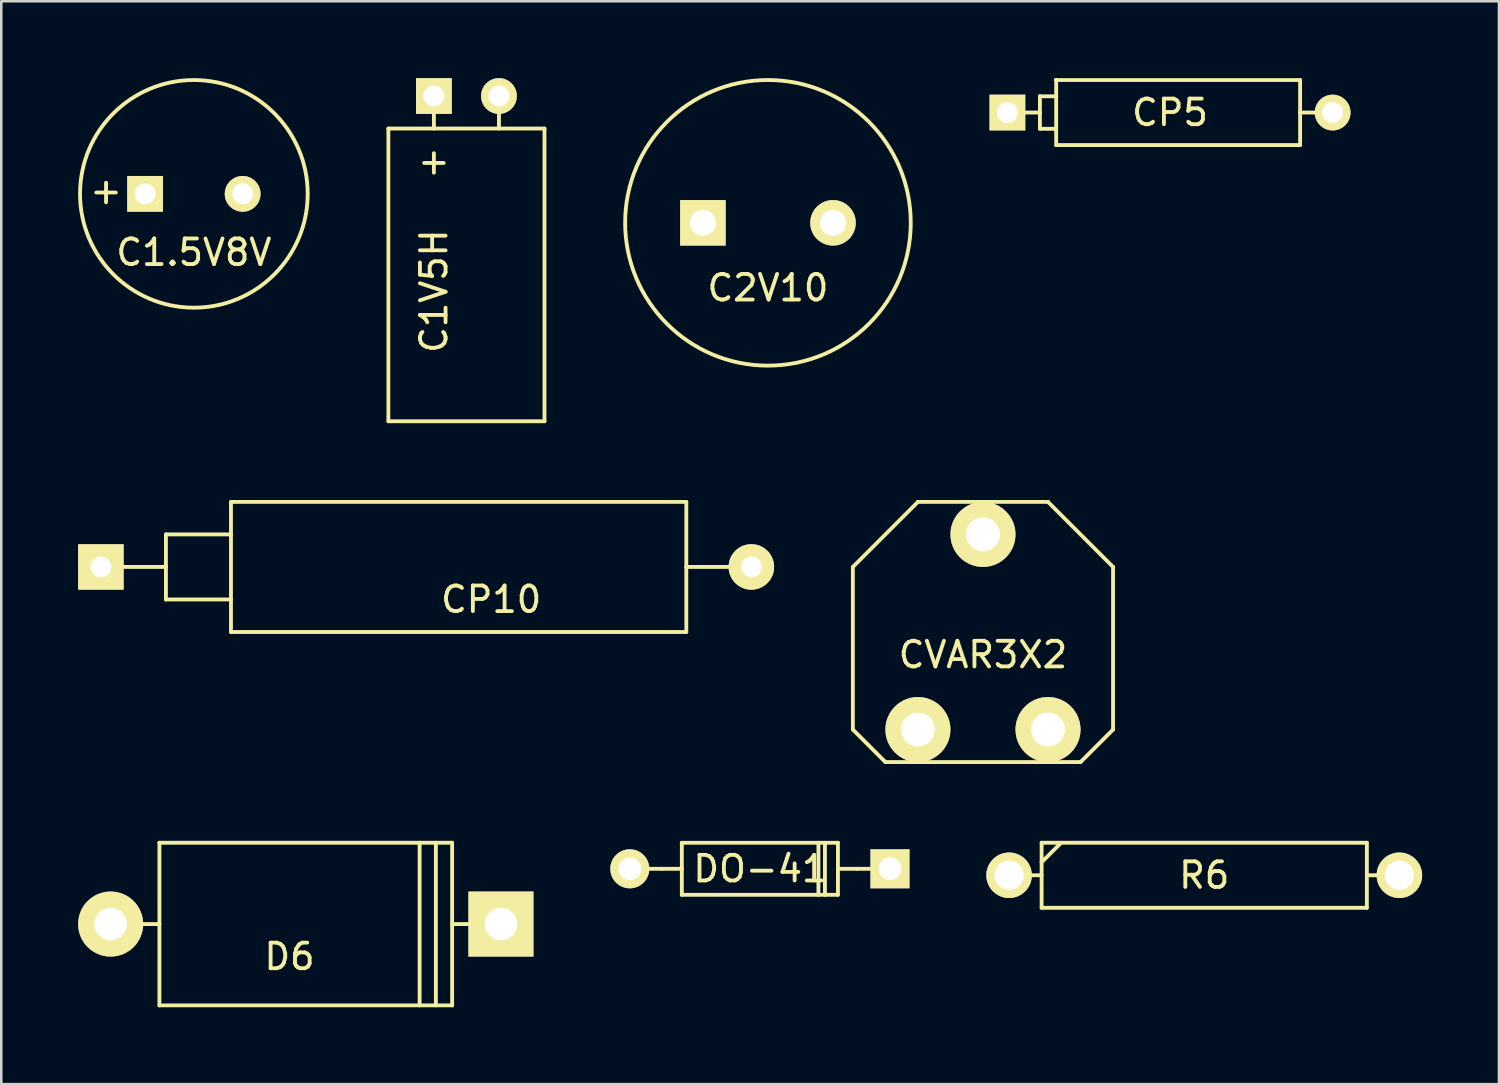
<source format=kicad_pcb>
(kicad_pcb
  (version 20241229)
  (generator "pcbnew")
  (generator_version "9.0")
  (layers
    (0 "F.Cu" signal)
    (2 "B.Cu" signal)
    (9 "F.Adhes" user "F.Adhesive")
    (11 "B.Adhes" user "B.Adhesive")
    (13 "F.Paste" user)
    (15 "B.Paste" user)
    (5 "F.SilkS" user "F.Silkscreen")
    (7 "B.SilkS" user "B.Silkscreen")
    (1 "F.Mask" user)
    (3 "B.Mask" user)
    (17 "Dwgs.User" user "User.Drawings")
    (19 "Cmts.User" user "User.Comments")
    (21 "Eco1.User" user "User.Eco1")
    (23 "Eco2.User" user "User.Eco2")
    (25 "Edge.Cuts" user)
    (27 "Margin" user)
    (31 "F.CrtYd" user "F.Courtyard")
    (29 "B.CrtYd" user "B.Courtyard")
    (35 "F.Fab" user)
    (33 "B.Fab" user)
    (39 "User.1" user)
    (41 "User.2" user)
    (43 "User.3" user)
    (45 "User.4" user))
  (footprint "DO-41"
    (layer "F.Cu")
    (at 26.622 30.875)
    (property "Reference" "DO-41" (at 0 0 0) (layer "F.SilkS") (effects (font (size 1 1) (thickness 0.15))))
    (attr through_hole)
    (fp_line (start -3.81 0) (end -5.08 0) (stroke (width 0.15) (type solid)) (layer "F.SilkS"))
    (fp_line (start -3.048 -1.016) (end -3.048 0) (stroke (width 0.15) (type solid)) (layer "F.SilkS"))
    (fp_line (start -3.048 0) (end -3.81 0) (stroke (width 0.15) (type solid)) (layer "F.SilkS"))
    (fp_line (start -3.048 0) (end -3.048 1.016) (stroke (width 0.15) (type solid)) (layer "F.SilkS"))
    (fp_line (start -3.048 1.016) (end 3.048 1.016) (stroke (width 0.15) (type solid)) (layer "F.SilkS"))
    (fp_line (start 2.286 1.016) (end 2.286 -1.016) (stroke (width 0.15) (type solid)) (layer "F.SilkS"))
    (fp_line (start 2.54 -1.016) (end 2.54 1.016) (stroke (width 0.15) (type solid)) (layer "F.SilkS"))
    (fp_line (start 3.048 -1.016) (end -3.048 -1.016) (stroke (width 0.15) (type solid)) (layer "F.SilkS"))
    (fp_line (start 3.048 0) (end 3.048 -1.016) (stroke (width 0.15) (type solid)) (layer "F.SilkS"))
    (fp_line (start 3.048 1.016) (end 3.048 0) (stroke (width 0.15) (type solid)) (layer "F.SilkS"))
    (fp_line (start 3.81 0) (end 3.048 0) (stroke (width 0.15) (type solid)) (layer "F.SilkS"))
    (fp_line (start 3.81 0) (end 5.08 0) (stroke (width 0.15) (type solid)) (layer "F.SilkS"))
    (pad "1" thru_hole rect (at 5.08 0) (size 1.524 1.524) (drill 0.889) (layers "*.Cu" "*.Mask" "F.SilkS"))
    (pad "2" thru_hole circle (at -5.08 0) (size 1.524 1.524) (drill 0.889) (layers "*.Cu" "*.Mask" "F.SilkS")))
  (footprint "CVAR3X2"
    (layer "F.Cu")
    (at 35.333 21.628)
    (property "Reference" "CVAR3X2" (at 0 0.889 0) (layer "F.SilkS") (effects (font (size 1 1) (thickness 0.15))))
    (attr through_hole)
    (fp_line (start -5.08 -2.54) (end -5.08 3.81) (stroke (width 0.15) (type solid)) (layer "F.SilkS"))
    (fp_line (start -5.08 3.81) (end -3.81 5.08) (stroke (width 0.15) (type solid)) (layer "F.SilkS"))
    (fp_line (start -3.81 5.08) (end 3.81 5.08) (stroke (width 0.15) (type solid)) (layer "F.SilkS"))
    (fp_line (start -2.54 -5.08) (end -5.08 -2.54) (stroke (width 0.15) (type solid)) (layer "F.SilkS"))
    (fp_line (start 2.54 -5.08) (end -2.54 -5.08) (stroke (width 0.15) (type solid)) (layer "F.SilkS"))
    (fp_line (start 3.81 5.08) (end 5.08 3.81) (stroke (width 0.15) (type solid)) (layer "F.SilkS"))
    (fp_line (start 5.08 -2.54) (end 2.54 -5.08) (stroke (width 0.15) (type solid)) (layer "F.SilkS"))
    (fp_line (start 5.08 3.81) (end 5.08 -2.54) (stroke (width 0.15) (type solid)) (layer "F.SilkS"))
    (pad "1" thru_hole circle (at 0 -3.81) (size 2.54 2.54) (drill 1.321) (layers "*.Cu" "*.Mask" "F.SilkS"))
    (pad "2" thru_hole circle (at 2.54 3.81) (size 2.54 2.54) (drill 1.321) (layers "*.Cu" "*.Mask" "F.SilkS"))
    (pad "3" thru_hole circle (at -2.54 3.81) (size 2.54 2.54) (drill 1.321) (layers "*.Cu" "*.Mask" "F.SilkS")))
  (footprint "CP10"
    (layer "F.Cu")
    (at 13.589 19.088)
    (property "Reference" "CP10" (at 2.54 1.27 0) (layer "F.SilkS") (effects (font (size 1 1) (thickness 0.15))))
    (attr through_hole)
    (fp_line (start -12.7 0) (end -10.16 0) (stroke (width 0.15) (type solid)) (layer "F.SilkS"))
    (fp_line (start -10.16 -1.27) (end -10.16 1.27) (stroke (width 0.15) (type solid)) (layer "F.SilkS"))
    (fp_line (start -10.16 1.27) (end -7.62 1.27) (stroke (width 0.15) (type solid)) (layer "F.SilkS"))
    (fp_line (start -7.62 -2.54) (end 10.16 -2.54) (stroke (width 0.15) (type solid)) (layer "F.SilkS"))
    (fp_line (start -7.62 -1.27) (end -10.16 -1.27) (stroke (width 0.15) (type solid)) (layer "F.SilkS"))
    (fp_line (start -7.62 2.54) (end -7.62 -2.54) (stroke (width 0.15) (type solid)) (layer "F.SilkS"))
    (fp_line (start 10.16 -2.54) (end 10.16 0) (stroke (width 0.15) (type solid)) (layer "F.SilkS"))
    (fp_line (start 10.16 0) (end 10.16 2.54) (stroke (width 0.15) (type solid)) (layer "F.SilkS"))
    (fp_line (start 10.16 2.54) (end -7.62 2.54) (stroke (width 0.15) (type solid)) (layer "F.SilkS"))
    (fp_line (start 12.7 0) (end 10.16 0) (stroke (width 0.15) (type solid)) (layer "F.SilkS"))
    (pad "1" thru_hole rect (at -12.7 0) (size 1.778 1.778) (drill 0.813) (layers "*.Cu" "*.Mask" "F.SilkS"))
    (pad "2" thru_hole circle (at 12.7 0) (size 1.778 1.778) (drill 0.813) (layers "*.Cu" "*.Mask" "F.SilkS")))
  (footprint "CP5"
    (layer "F.Cu")
    (at 42.637 1.345)
    (property "Reference" "CP5" (at 0 0 0) (layer "F.SilkS") (effects (font (size 1 1) (thickness 0.15))))
    (attr through_hole)
    (fp_line (start -6.35 0) (end -6.35 0) (stroke (width 0.15) (type solid)) (layer "F.SilkS"))
    (fp_line (start -6.35 0) (end -5.08 0) (stroke (width 0.15) (type solid)) (layer "F.SilkS"))
    (fp_line (start -5.08 -0.635) (end -5.08 0.635) (stroke (width 0.15) (type solid)) (layer "F.SilkS"))
    (fp_line (start -5.08 0) (end -5.08 0) (stroke (width 0.15) (type solid)) (layer "F.SilkS"))
    (fp_line (start -5.08 0) (end -5.08 0) (stroke (width 0.15) (type solid)) (layer "F.SilkS"))
    (fp_line (start -5.08 0.635) (end -4.445 0.635) (stroke (width 0.15) (type solid)) (layer "F.SilkS"))
    (fp_line (start -4.445 -1.27) (end -4.445 -1.27) (stroke (width 0.15) (type solid)) (layer "F.SilkS"))
    (fp_line (start -4.445 -1.27) (end -4.445 -1.27) (stroke (width 0.15) (type solid)) (layer "F.SilkS"))
    (fp_line (start -4.445 -1.27) (end -4.445 -1.27) (stroke (width 0.15) (type solid)) (layer "F.SilkS"))
    (fp_line (start -4.445 -1.27) (end 5.08 -1.27) (stroke (width 0.15) (type solid)) (layer "F.SilkS"))
    (fp_line (start -4.445 -0.635) (end -5.08 -0.635) (stroke (width 0.15) (type solid)) (layer "F.SilkS"))
    (fp_line (start -4.445 -0.635) (end -4.445 -0.635) (stroke (width 0.15) (type solid)) (layer "F.SilkS"))
    (fp_line (start -4.445 1.27) (end -4.445 -1.27) (stroke (width 0.15) (type solid)) (layer "F.SilkS"))
    (fp_line (start 5.08 -1.27) (end 5.08 1.27) (stroke (width 0.15) (type solid)) (layer "F.SilkS"))
    (fp_line (start 5.08 0) (end 5.08 0) (stroke (width 0.15) (type solid)) (layer "F.SilkS"))
    (fp_line (start 5.08 0) (end 5.08 0) (stroke (width 0.15) (type solid)) (layer "F.SilkS"))
    (fp_line (start 5.08 0) (end 6.35 0) (stroke (width 0.15) (type solid)) (layer "F.SilkS"))
    (fp_line (start 5.08 1.27) (end -4.445 1.27) (stroke (width 0.15) (type solid)) (layer "F.SilkS"))
    (fp_line (start 6.35 0) (end 6.35 0) (stroke (width 0.15) (type solid)) (layer "F.SilkS"))
    (fp_line (start 6.35 0) (end 6.35 0) (stroke (width 0.15) (type solid)) (layer "F.SilkS"))
    (fp_line (start 6.35 0) (end 6.35 0) (stroke (width 0.15) (type solid)) (layer "F.SilkS"))
    (pad "1" thru_hole rect (at -6.35 0) (size 1.397 1.397) (drill 0.813) (layers "*.Cu" "*.Mask" "F.SilkS"))
    (pad "2" thru_hole circle (at 6.35 0) (size 1.397 1.397) (drill 0.813) (layers "*.Cu" "*.Mask" "F.SilkS")))
  (footprint "C1V5H"
    (layer "F.Cu")
    (at 15.163 0.699)
    (property "Reference" "C1V5H" (at -1.27 7.62 90) (layer "F.SilkS") (effects (font (size 1 1) (thickness 0.15))))
    (attr through_hole)
    (fp_line (start -3.048 1.27) (end 3.048 1.27) (stroke (width 0.15) (type solid)) (layer "F.SilkS"))
    (fp_line (start -3.048 12.7) (end -3.048 1.27) (stroke (width 0.15) (type solid)) (layer "F.SilkS"))
    (fp_line (start -3.048 12.7) (end 3.048 12.7) (stroke (width 0.15) (type solid)) (layer "F.SilkS"))
    (fp_line (start -1.27 0) (end -1.27 1.27) (stroke (width 0.15) (type solid)) (layer "F.SilkS"))
    (fp_line (start 1.27 0) (end 1.27 1.27) (stroke (width 0.15) (type solid)) (layer "F.SilkS"))
    (fp_line (start 3.048 1.27) (end 3.048 12.7) (stroke (width 0.15) (type solid)) (layer "F.SilkS"))
    (fp_text user "+" (at -1.27 2.54 0) (layer "F.SilkS") (effects (font (size 1 1) (thickness 0.15))))
    (pad "1" thru_hole rect (at -1.27 0) (size 1.397 1.397) (drill 0.813) (layers "*.Cu" "*.Mask" "F.SilkS"))
    (pad "2" thru_hole circle (at 1.27 0) (size 1.397 1.397) (drill 0.813) (layers "*.Cu" "*.Mask" "F.SilkS")))
  (footprint "C1.5V8V"
    (layer "F.Cu")
    (at 4.52 4.52)
    (property "Reference" "C1.5V8V" (at 0 2.286 0) (layer "F.SilkS") (effects (font (size 1 1) (thickness 0.15))))
    (attr through_hole)
    (fp_circle (center 0 0) (end 0 4.445) (stroke (width 0.15) (type solid)) (fill no) (layer "F.SilkS"))
    (fp_text user "+" (at -3.429 -0.127 0) (layer "F.SilkS") (effects (font (size 1 1) (thickness 0.15))))
    (pad "1" thru_hole rect (at -1.905 0) (size 1.397 1.397) (drill 0.813) (layers "*.Cu" "*.Mask" "F.SilkS"))
    (pad "2" thru_hole circle (at 1.905 0) (size 1.397 1.397) (drill 0.813) (layers "*.Cu" "*.Mask" "F.SilkS")))
  (footprint "D6"
    (layer "F.Cu")
    (at 8.89 33.033)
    (property "Reference" "D6" (at -0.635 1.27 0) (layer "F.SilkS") (effects (font (size 1 1) (thickness 0.15))))
    (attr through_hole)
    (fp_line (start -5.715 -3.175) (end -5.715 3.175) (stroke (width 0.15) (type solid)) (layer "F.SilkS"))
    (fp_line (start -5.715 0) (end -7.62 0) (stroke (width 0.15) (type solid)) (layer "F.SilkS"))
    (fp_line (start -5.715 3.175) (end 5.715 3.175) (stroke (width 0.15) (type solid)) (layer "F.SilkS"))
    (fp_line (start 4.445 3.175) (end 4.445 -3.175) (stroke (width 0.15) (type solid)) (layer "F.SilkS"))
    (fp_line (start 5.08 -3.175) (end 5.08 3.175) (stroke (width 0.15) (type solid)) (layer "F.SilkS"))
    (fp_line (start 5.715 -3.175) (end -5.715 -3.175) (stroke (width 0.15) (type solid)) (layer "F.SilkS"))
    (fp_line (start 5.715 0) (end 7.62 0) (stroke (width 0.15) (type solid)) (layer "F.SilkS"))
    (fp_line (start 5.715 3.175) (end 5.715 -3.175) (stroke (width 0.15) (type solid)) (layer "F.SilkS"))
    (pad "1" thru_hole rect (at 7.62 0) (size 2.54 2.54) (drill 1.27) (layers "*.Cu" "*.Mask" "F.SilkS"))
    (pad "2" thru_hole circle (at -7.62 0) (size 2.54 2.54) (drill 1.27) (layers "*.Cu" "*.Mask" "F.SilkS")))
  (footprint "C2V10"
    (layer "F.Cu")
    (at 26.937 5.651)
    (property "Reference" "C2V10" (at 0 2.54 0) (layer "F.SilkS") (effects (font (size 1 1) (thickness 0.15))))
    (attr through_hole)
    (fp_circle (center 0 0) (end 4.826 -2.794) (stroke (width 0.15) (type solid)) (fill no) (layer "F.SilkS"))
    (pad "1" thru_hole rect (at -2.54 0) (size 1.778 1.778) (drill 1.016) (layers "*.Cu" "*.Mask" "F.SilkS"))
    (pad "2" thru_hole circle (at 2.54 0) (size 1.778 1.778) (drill 1.016) (layers "*.Cu" "*.Mask" "F.SilkS")))
  (footprint "R6"
    (layer "F.Cu")
    (at 43.973 31.128)
    (property "Reference" "R6" (at 0 0 0) (layer "F.SilkS") (effects (font (size 1 1) (thickness 0.15))))
    (attr through_hole)
    (fp_line (start -7.62 0) (end -6.35 0) (stroke (width 0.15) (type solid)) (layer "F.SilkS"))
    (fp_line (start -6.35 -1.27) (end -6.35 1.27) (stroke (width 0.15) (type solid)) (layer "F.SilkS"))
    (fp_line (start -6.35 -1.27) (end 6.35 -1.27) (stroke (width 0.15) (type solid)) (layer "F.SilkS"))
    (fp_line (start -6.35 -0.508) (end -5.588 -1.27) (stroke (width 0.15) (type solid)) (layer "F.SilkS"))
    (fp_line (start 6.35 -1.27) (end 6.35 1.27) (stroke (width 0.15) (type solid)) (layer "F.SilkS"))
    (fp_line (start 6.35 0) (end 7.62 0) (stroke (width 0.15) (type solid)) (layer "F.SilkS"))
    (fp_line (start 6.35 1.27) (end -6.35 1.27) (stroke (width 0.15) (type solid)) (layer "F.SilkS"))
    (pad "1" thru_hole circle (at -7.62 0) (size 1.778 1.778) (drill 1.143) (layers "*.Cu" "*.Mask" "F.SilkS"))
    (pad "2" thru_hole circle (at 7.62 0) (size 1.778 1.778) (drill 1.143) (layers "*.Cu" "*.Mask" "F.SilkS")))
  (gr_rect
    (start -3 -3)
    (end 55.482 39.283)
    (stroke (width 0.1) (type default))
    (fill no)
    (layer "Edge.Cuts")))
</source>
